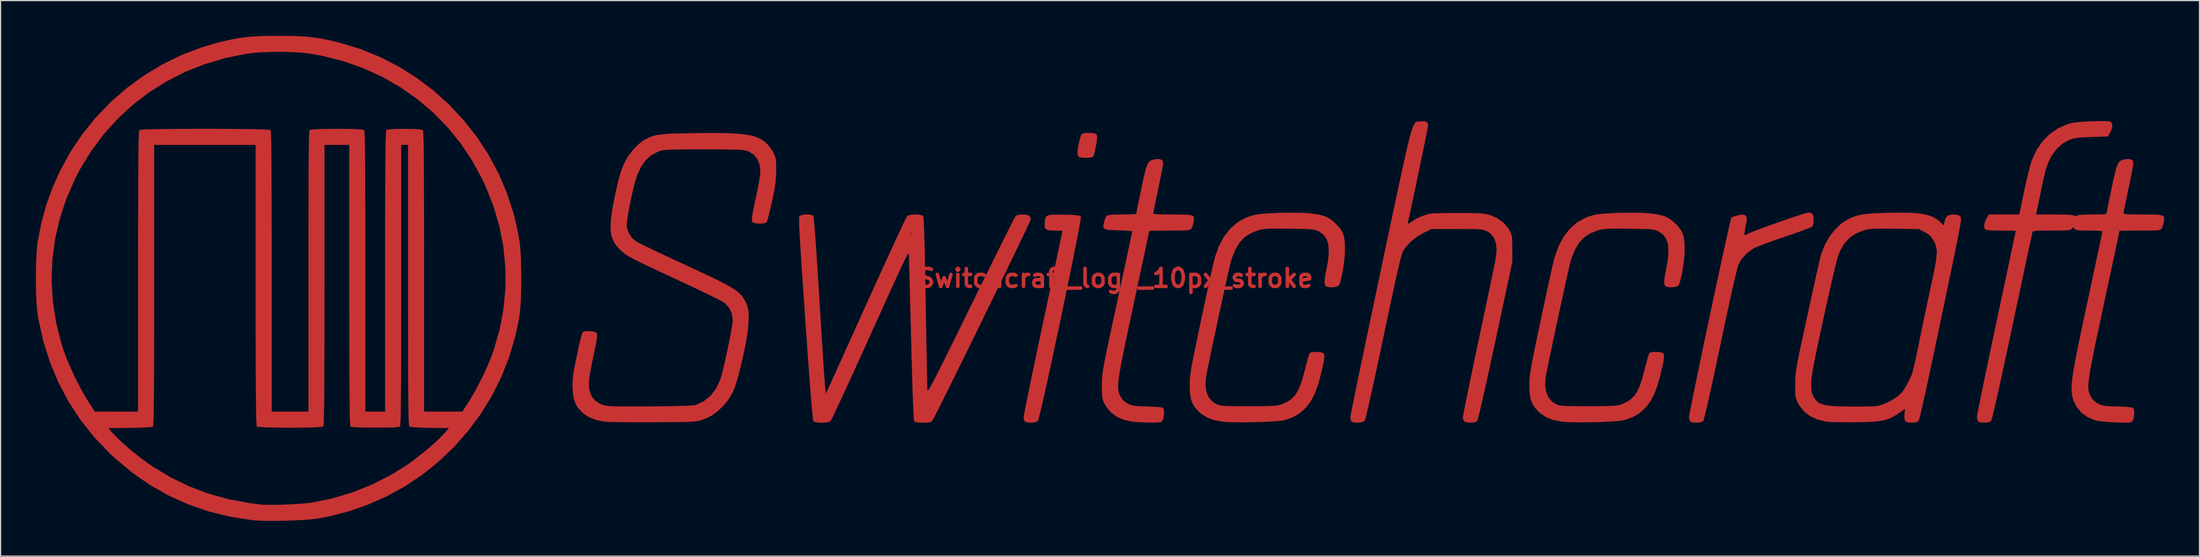
<source format=kicad_pcb>
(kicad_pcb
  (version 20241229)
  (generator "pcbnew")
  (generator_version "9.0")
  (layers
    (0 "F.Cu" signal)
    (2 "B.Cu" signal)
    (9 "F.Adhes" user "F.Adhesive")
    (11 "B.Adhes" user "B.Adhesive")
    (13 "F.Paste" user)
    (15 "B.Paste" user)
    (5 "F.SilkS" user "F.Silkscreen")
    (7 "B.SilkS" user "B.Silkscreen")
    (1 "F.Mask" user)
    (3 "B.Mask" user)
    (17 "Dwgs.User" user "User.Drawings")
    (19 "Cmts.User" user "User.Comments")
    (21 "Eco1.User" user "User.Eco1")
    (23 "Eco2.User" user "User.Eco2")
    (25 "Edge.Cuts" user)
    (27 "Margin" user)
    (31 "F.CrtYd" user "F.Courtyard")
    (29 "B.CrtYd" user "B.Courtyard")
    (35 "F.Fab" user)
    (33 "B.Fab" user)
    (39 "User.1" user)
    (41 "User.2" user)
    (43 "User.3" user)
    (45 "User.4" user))
  (footprint "Switchcraft_logo_10px_stroke"
    (layer "F.Cu")
    (at 91.751 20.617)
    (property "Reference" "Switchcraft_logo_10px_stroke" (at 0 0 0) (layer "F.Cu") (effects (font (size 1.524 1.524) (thickness 0.3))))
    (attr through_hole)
    (fp_poly (pts (xy -1.921 -12.352) (xy -1.707 -12.306) (xy -1.588 -12.199) (xy -1.549 -12.002) (xy -1.576 -11.691) (xy -1.647 -11.277) (xy -1.721 -10.915) (xy -1.794 -10.611) (xy -1.856 -10.407) (xy -1.884 -10.351) (xy -2.016 -10.29) (xy -2.257 -10.255) (xy -2.548 -10.246) (xy -2.83 -10.263) (xy -3.044 -10.307) (xy -3.116 -10.346) (xy -3.192 -10.503) (xy -3.217 -10.679) (xy -3.198 -10.913) (xy -3.148 -11.226) (xy -3.077 -11.567) (xy -2.998 -11.886) (xy -2.922 -12.132) (xy -2.866 -12.249) (xy -2.715 -12.32) (xy -2.421 -12.357) (xy -2.244 -12.361) (xy -1.921 -12.352)) (stroke (width 0.01) (type solid)) (fill yes) (layer "F.Cu"))
    (fp_poly (pts (xy -4.625 -5.404) (xy -4.379 -5.4) (xy -3.86 -5.388) (xy -3.486 -5.374) (xy -3.231 -5.353) (xy -3.069 -5.322) (xy -2.977 -5.28) (xy -2.934 -5.234) (xy -2.938 -5.131) (xy -2.975 -4.877) (xy -3.043 -4.484) (xy -3.139 -3.966) (xy -3.26 -3.335) (xy -3.403 -2.607) (xy -3.565 -1.793) (xy -3.744 -0.908) (xy -3.937 0.036) (xy -4.141 1.024) (xy -4.353 2.044) (xy -4.57 3.082) (xy -4.789 4.125) (xy -5.009 5.159) (xy -5.225 6.171) (xy -5.435 7.147) (xy -5.636 8.075) (xy -5.826 8.94) (xy -6.001 9.729) (xy -6.16 10.43) (xy -6.298 11.028) (xy -6.413 11.511) (xy -6.502 11.864) (xy -6.563 12.074) (xy -6.587 12.129) (xy -6.752 12.219) (xy -7.014 12.27) (xy -7.305 12.278) (xy -7.557 12.241) (xy -7.688 12.175) (xy -7.76 12.023) (xy -7.789 11.808) (xy -7.772 11.688) (xy -7.722 11.414) (xy -7.641 10.999) (xy -7.532 10.454) (xy -7.397 9.792) (xy -7.24 9.024) (xy -7.061 8.162) (xy -6.865 7.218) (xy -6.652 6.204) (xy -6.426 5.133) (xy -6.19 4.015) (xy -6.138 3.773) (xy -5.9 2.653) (xy -5.673 1.581) (xy -5.458 0.569) (xy -5.258 -0.374) (xy -5.076 -1.234) (xy -4.914 -2) (xy -4.774 -2.661) (xy -4.659 -3.206) (xy -4.572 -3.622) (xy -4.514 -3.898) (xy -4.488 -4.024) (xy -4.487 -4.03) (xy -4.565 -4.046) (xy -4.772 -4.058) (xy -5.068 -4.064) (xy -5.154 -4.064) (xy -5.553 -4.076) (xy -5.81 -4.126) (xy -5.952 -4.235) (xy -6.004 -4.426) (xy -5.994 -4.718) (xy -5.992 -4.739) (xy -5.965 -4.981) (xy -5.922 -5.158) (xy -5.838 -5.28) (xy -5.691 -5.355) (xy -5.455 -5.394) (xy -5.108 -5.407) (xy -4.625 -5.404)) (stroke (width 0.01) (type solid)) (fill yes) (layer "F.Cu"))
    (fp_poly (pts (xy 59.152 -5.547) (xy 59.285 -5.409) (xy 59.344 -5.146) (xy 59.351 -4.949) (xy 59.326 -4.626) (xy 59.245 -4.43) (xy 59.203 -4.386) (xy 59.086 -4.326) (xy 58.83 -4.222) (xy 58.459 -4.082) (xy 57.994 -3.914) (xy 57.457 -3.726) (xy 56.873 -3.527) (xy 56.854 -3.52) (xy 56.249 -3.314) (xy 55.677 -3.111) (xy 55.161 -2.922) (xy 54.73 -2.757) (xy 54.408 -2.625) (xy 54.229 -2.539) (xy 53.65 -2.118) (xy 53.201 -1.599) (xy 52.971 -1.185) (xy 52.907 -0.994) (xy 52.811 -0.638) (xy 52.683 -0.117) (xy 52.525 0.565) (xy 52.335 1.409) (xy 52.116 2.413) (xy 51.865 3.576) (xy 51.585 4.896) (xy 51.431 5.63) (xy 51.186 6.792) (xy 50.957 7.863) (xy 50.747 8.835) (xy 50.557 9.7) (xy 50.39 10.447) (xy 50.248 11.069) (xy 50.132 11.557) (xy 50.044 11.901) (xy 49.987 12.092) (xy 49.97 12.129) (xy 49.805 12.219) (xy 49.543 12.27) (xy 49.252 12.278) (xy 49 12.241) (xy 48.87 12.175) (xy 48.796 12.022) (xy 48.767 11.815) (xy 48.784 11.687) (xy 48.834 11.41) (xy 48.913 10.997) (xy 49.02 10.461) (xy 49.15 9.816) (xy 49.301 9.076) (xy 49.47 8.254) (xy 49.655 7.364) (xy 49.852 6.419) (xy 50.059 5.432) (xy 50.273 4.418) (xy 50.49 3.39) (xy 50.709 2.361) (xy 50.925 1.344) (xy 51.137 0.355) (xy 51.341 -0.595) (xy 51.535 -1.492) (xy 51.715 -2.321) (xy 51.88 -3.07) (xy 52.025 -3.725) (xy 52.148 -4.272) (xy 52.246 -4.698) (xy 52.317 -4.989) (xy 52.357 -5.132) (xy 52.362 -5.144) (xy 52.494 -5.219) (xy 52.733 -5.301) (xy 52.942 -5.352) (xy 53.225 -5.405) (xy 53.396 -5.41) (xy 53.508 -5.364) (xy 53.569 -5.31) (xy 53.636 -5.23) (xy 53.667 -5.132) (xy 53.664 -4.978) (xy 53.626 -4.727) (xy 53.57 -4.43) (xy 53.511 -4.099) (xy 53.471 -3.837) (xy 53.457 -3.684) (xy 53.461 -3.661) (xy 53.548 -3.677) (xy 53.733 -3.755) (xy 53.861 -3.817) (xy 54.064 -3.908) (xy 54.389 -4.038) (xy 54.812 -4.199) (xy 55.307 -4.381) (xy 55.85 -4.577) (xy 56.416 -4.777) (xy 56.98 -4.973) (xy 57.517 -5.156) (xy 58.003 -5.317) (xy 58.412 -5.449) (xy 58.719 -5.541) (xy 58.901 -5.585) (xy 58.928 -5.588) (xy 59.152 -5.547)) (stroke (width 0.01) (type solid)) (fill yes) (layer "F.Cu"))
    (fp_poly (pts (xy 3.976 -10.039) (xy 4.061 -9.839) (xy 4.064 -9.781) (xy 4.047 -9.647) (xy 3.998 -9.373) (xy 3.924 -8.985) (xy 3.828 -8.508) (xy 3.716 -7.969) (xy 3.641 -7.612) (xy 3.522 -7.051) (xy 3.416 -6.544) (xy 3.328 -6.113) (xy 3.262 -5.783) (xy 3.225 -5.579) (xy 3.217 -5.525) (xy 3.257 -5.487) (xy 3.386 -5.458) (xy 3.622 -5.438) (xy 3.983 -5.425) (xy 4.486 -5.42) (xy 4.858 -5.419) (xy 5.47 -5.417) (xy 5.932 -5.409) (xy 6.264 -5.386) (xy 6.485 -5.342) (xy 6.616 -5.271) (xy 6.674 -5.166) (xy 6.682 -5.021) (xy 6.656 -4.827) (xy 6.653 -4.804) (xy 6.587 -4.529) (xy 6.494 -4.295) (xy 6.471 -4.255) (xy 6.424 -4.19) (xy 6.363 -4.143) (xy 6.265 -4.109) (xy 6.106 -4.086) (xy 5.864 -4.073) (xy 5.516 -4.066) (xy 5.037 -4.064) (xy 4.612 -4.064) (xy 4.091 -4.062) (xy 3.633 -4.058) (xy 3.262 -4.051) (xy 3.004 -4.042) (xy 2.884 -4.032) (xy 2.879 -4.029) (xy 2.861 -3.942) (xy 2.811 -3.703) (xy 2.731 -3.325) (xy 2.624 -2.819) (xy 2.492 -2.2) (xy 2.339 -1.48) (xy 2.166 -0.671) (xy 1.977 0.212) (xy 1.775 1.157) (xy 1.562 2.151) (xy 1.558 2.173) (xy 1.29 3.423) (xy 1.057 4.52) (xy 0.856 5.474) (xy 0.687 6.296) (xy 0.547 7) (xy 0.434 7.595) (xy 0.348 8.093) (xy 0.286 8.507) (xy 0.247 8.847) (xy 0.23 9.124) (xy 0.231 9.351) (xy 0.251 9.539) (xy 0.287 9.699) (xy 0.337 9.842) (xy 0.401 9.981) (xy 0.432 10.043) (xy 0.63 10.349) (xy 0.885 10.566) (xy 1.059 10.665) (xy 1.239 10.75) (xy 1.414 10.811) (xy 1.621 10.852) (xy 1.894 10.879) (xy 2.27 10.897) (xy 2.707 10.909) (xy 3.209 10.927) (xy 3.616 10.955) (xy 3.903 10.989) (xy 4.047 11.029) (xy 4.052 11.032) (xy 4.115 11.174) (xy 4.136 11.417) (xy 4.119 11.701) (xy 4.067 11.963) (xy 3.985 12.143) (xy 3.984 12.145) (xy 3.901 12.204) (xy 3.754 12.243) (xy 3.512 12.262) (xy 3.144 12.267) (xy 2.932 12.266) (xy 2.475 12.254) (xy 2.01 12.233) (xy 1.607 12.206) (xy 1.42 12.188) (xy 0.706 12.034) (xy 0.085 11.753) (xy -0.428 11.354) (xy -0.82 10.846) (xy -0.907 10.683) (xy -1.004 10.474) (xy -1.07 10.29) (xy -1.111 10.09) (xy -1.131 9.834) (xy -1.138 9.481) (xy -1.138 9.102) (xy -1.136 8.889) (xy -1.132 8.693) (xy -1.123 8.499) (xy -1.106 8.295) (xy -1.08 8.066) (xy -1.041 7.8) (xy -0.987 7.483) (xy -0.916 7.101) (xy -0.826 6.642) (xy -0.713 6.092) (xy -0.576 5.438) (xy -0.412 4.666) (xy -0.218 3.763) (xy 0.007 2.716) (xy 0.154 2.039) (xy 0.364 1.059) (xy 0.565 0.129) (xy 0.751 -0.741) (xy 0.921 -1.535) (xy 1.072 -2.242) (xy 1.201 -2.847) (xy 1.305 -3.338) (xy 1.381 -3.701) (xy 1.427 -3.923) (xy 1.439 -3.992) (xy 1.36 -4.018) (xy 1.142 -4.043) (xy 0.815 -4.064) (xy 0.412 -4.08) (xy 0.284 -4.083) (xy -0.232 -4.097) (xy -0.6 -4.123) (xy -0.84 -4.174) (xy -0.973 -4.26) (xy -1.018 -4.395) (xy -0.997 -4.589) (xy -0.945 -4.798) (xy -0.864 -5.058) (xy -0.78 -5.256) (xy -0.747 -5.31) (xy -0.654 -5.357) (xy -0.453 -5.389) (xy -0.126 -5.409) (xy 0.345 -5.418) (xy 0.561 -5.419) (xy 0.993 -5.423) (xy 1.357 -5.433) (xy 1.625 -5.449) (xy 1.764 -5.469) (xy 1.778 -5.478) (xy 1.795 -5.574) (xy 1.842 -5.813) (xy 1.914 -6.171) (xy 2.007 -6.626) (xy 2.116 -7.155) (xy 2.213 -7.616) (xy 2.359 -8.31) (xy 2.482 -8.857) (xy 2.589 -9.274) (xy 2.69 -9.582) (xy 2.795 -9.798) (xy 2.911 -9.942) (xy 3.048 -10.031) (xy 3.216 -10.084) (xy 3.422 -10.121) (xy 3.428 -10.122) (xy 3.767 -10.132) (xy 3.976 -10.039)) (stroke (width 0.01) (type solid)) (fill yes) (layer "F.Cu"))
    (fp_poly (pts (xy 26.503 -13.253) (xy 26.584 -13.052) (xy 26.585 -13.016) (xy 26.568 -12.908) (xy 26.52 -12.655) (xy 26.444 -12.273) (xy 26.345 -11.782) (xy 26.226 -11.201) (xy 26.092 -10.549) (xy 25.946 -9.844) (xy 25.792 -9.105) (xy 25.634 -8.352) (xy 25.477 -7.603) (xy 25.323 -6.877) (xy 25.177 -6.192) (xy 25.043 -5.568) (xy 24.925 -5.024) (xy 24.895 -4.89) (xy 24.86 -4.723) (xy 24.864 -4.641) (xy 24.932 -4.647) (xy 25.092 -4.742) (xy 25.358 -4.921) (xy 25.625 -5.073) (xy 25.969 -5.235) (xy 26.247 -5.345) (xy 26.422 -5.405) (xy 26.588 -5.451) (xy 26.77 -5.485) (xy 26.992 -5.51) (xy 27.278 -5.526) (xy 27.651 -5.536) (xy 28.137 -5.541) (xy 28.758 -5.543) (xy 29.041 -5.544) (xy 29.725 -5.543) (xy 30.265 -5.54) (xy 30.685 -5.533) (xy 31.009 -5.519) (xy 31.263 -5.497) (xy 31.471 -5.466) (xy 31.657 -5.424) (xy 31.847 -5.369) (xy 31.888 -5.356) (xy 32.486 -5.091) (xy 33.001 -4.709) (xy 33.403 -4.238) (xy 33.538 -4.001) (xy 33.622 -3.816) (xy 33.679 -3.633) (xy 33.713 -3.413) (xy 33.731 -3.118) (xy 33.737 -2.709) (xy 33.738 -2.498) (xy 33.738 -1.397) (xy 32.309 5.292) (xy 32.055 6.471) (xy 31.818 7.565) (xy 31.599 8.564) (xy 31.4 9.458) (xy 31.224 10.239) (xy 31.071 10.898) (xy 30.946 11.426) (xy 30.848 11.813) (xy 30.782 12.051) (xy 30.751 12.129) (xy 30.588 12.231) (xy 30.31 12.274) (xy 30.187 12.277) (xy 29.853 12.251) (xy 29.655 12.161) (xy 29.564 11.986) (xy 29.549 11.811) (xy 29.566 11.687) (xy 29.616 11.412) (xy 29.696 10.997) (xy 29.804 10.457) (xy 29.936 9.805) (xy 30.09 9.055) (xy 30.263 8.218) (xy 30.453 7.31) (xy 30.656 6.344) (xy 30.87 5.332) (xy 30.898 5.202) (xy 31.116 4.176) (xy 31.326 3.185) (xy 31.524 2.246) (xy 31.708 1.371) (xy 31.875 0.575) (xy 32.022 -0.127) (xy 32.145 -0.722) (xy 32.243 -1.195) (xy 32.311 -1.532) (xy 32.347 -1.718) (xy 32.348 -1.725) (xy 32.413 -2.41) (xy 32.355 -2.989) (xy 32.175 -3.46) (xy 31.876 -3.817) (xy 31.605 -3.992) (xy 31.475 -4.053) (xy 31.348 -4.1) (xy 31.203 -4.135) (xy 31.014 -4.159) (xy 30.759 -4.176) (xy 30.416 -4.185) (xy 29.96 -4.19) (xy 29.368 -4.191) (xy 29.041 -4.191) (xy 26.882 -4.191) (xy 26.224 -3.877) (xy 25.626 -3.531) (xy 25.093 -3.107) (xy 24.664 -2.639) (xy 24.45 -2.308) (xy 24.401 -2.196) (xy 24.342 -2.014) (xy 24.268 -1.755) (xy 24.179 -1.408) (xy 24.072 -0.964) (xy 23.946 -0.415) (xy 23.797 0.249) (xy 23.624 1.037) (xy 23.426 1.958) (xy 23.199 3.021) (xy 22.941 4.235) (xy 22.772 5.038) (xy 22.515 6.254) (xy 22.275 7.38) (xy 22.053 8.408) (xy 21.852 9.328) (xy 21.673 10.134) (xy 21.519 10.815) (xy 21.39 11.363) (xy 21.29 11.771) (xy 21.22 12.029) (xy 21.183 12.129) (xy 21.018 12.219) (xy 20.756 12.27) (xy 20.466 12.278) (xy 20.213 12.241) (xy 20.083 12.175) (xy 20.009 12.022) (xy 19.981 11.815) (xy 19.998 11.704) (xy 20.048 11.436) (xy 20.13 11.021) (xy 20.241 10.469) (xy 20.38 9.789) (xy 20.544 8.99) (xy 20.732 8.082) (xy 20.942 7.074) (xy 21.171 5.975) (xy 21.417 4.795) (xy 21.68 3.543) (xy 21.957 2.229) (xy 22.245 0.861) (xy 22.543 -0.55) (xy 22.57 -0.677) (xy 22.928 -2.366) (xy 23.251 -3.897) (xy 23.544 -5.278) (xy 23.806 -6.517) (xy 24.041 -7.621) (xy 24.251 -8.599) (xy 24.438 -9.458) (xy 24.603 -10.205) (xy 24.749 -10.849) (xy 24.878 -11.397) (xy 24.992 -11.857) (xy 25.093 -12.237) (xy 25.183 -12.544) (xy 25.265 -12.787) (xy 25.339 -12.973) (xy 25.409 -13.109) (xy 25.477 -13.204) (xy 25.544 -13.266) (xy 25.612 -13.301) (xy 25.684 -13.318) (xy 25.762 -13.325) (xy 25.847 -13.329) (xy 25.942 -13.338) (xy 25.95 -13.339) (xy 26.292 -13.349) (xy 26.503 -13.253)) (stroke (width 0.01) (type solid)) (fill yes) (layer "F.Cu"))
    (fp_poly (pts (xy 15.681 -5.565) (xy 16.217 -5.541) (xy 16.511 -5.517) (xy 17.112 -5.441) (xy 17.584 -5.342) (xy 17.966 -5.204) (xy 18.298 -5.012) (xy 18.62 -4.748) (xy 18.759 -4.614) (xy 19.056 -4.292) (xy 19.266 -3.98) (xy 19.403 -3.64) (xy 19.48 -3.232) (xy 19.511 -2.715) (xy 19.514 -2.413) (xy 19.497 -1.991) (xy 19.453 -1.511) (xy 19.386 -1.007) (xy 19.305 -0.515) (xy 19.213 -0.07) (xy 19.119 0.294) (xy 19.027 0.543) (xy 18.983 0.614) (xy 18.817 0.704) (xy 18.555 0.755) (xy 18.264 0.763) (xy 18.012 0.726) (xy 17.882 0.66) (xy 17.811 0.531) (xy 17.787 0.318) (xy 17.811 -0.000073) (xy 17.885 -0.445) (xy 17.959 -0.812) (xy 18.103 -1.632) (xy 18.152 -2.32) (xy 18.104 -2.886) (xy 17.958 -3.34) (xy 17.711 -3.693) (xy 17.362 -3.954) (xy 17.317 -3.978) (xy 17.182 -4.044) (xy 17.052 -4.095) (xy 16.906 -4.133) (xy 16.718 -4.161) (xy 16.466 -4.181) (xy 16.125 -4.195) (xy 15.672 -4.205) (xy 15.083 -4.214) (xy 14.789 -4.218) (xy 14.124 -4.225) (xy 13.602 -4.227) (xy 13.199 -4.223) (xy 12.888 -4.211) (xy 12.644 -4.189) (xy 12.442 -4.157) (xy 12.256 -4.113) (xy 12.115 -4.072) (xy 11.5 -3.829) (xy 10.988 -3.495) (xy 10.566 -3.054) (xy 10.217 -2.488) (xy 9.928 -1.782) (xy 9.832 -1.48) (xy 9.78 -1.281) (xy 9.698 -0.937) (xy 9.59 -0.466) (xy 9.46 0.112) (xy 9.312 0.777) (xy 9.151 1.511) (xy 8.981 2.292) (xy 8.806 3.103) (xy 8.63 3.922) (xy 8.457 4.731) (xy 8.292 5.51) (xy 8.139 6.24) (xy 8.002 6.9) (xy 7.885 7.472) (xy 7.793 7.935) (xy 7.729 8.27) (xy 7.705 8.411) (xy 7.657 9.08) (xy 7.735 9.658) (xy 7.935 10.135) (xy 8.253 10.501) (xy 8.532 10.681) (xy 8.653 10.739) (xy 8.772 10.784) (xy 8.909 10.818) (xy 9.085 10.843) (xy 9.323 10.861) (xy 9.644 10.871) (xy 10.068 10.877) (xy 10.619 10.879) (xy 11.316 10.88) (xy 11.345 10.88) (xy 12.05 10.879) (xy 12.608 10.877) (xy 13.041 10.871) (xy 13.371 10.86) (xy 13.622 10.842) (xy 13.814 10.816) (xy 13.97 10.781) (xy 14.114 10.734) (xy 14.256 10.679) (xy 14.653 10.491) (xy 14.985 10.262) (xy 15.264 9.971) (xy 15.504 9.598) (xy 15.718 9.122) (xy 15.919 8.522) (xy 16.12 7.776) (xy 16.146 7.672) (xy 16.256 7.239) (xy 16.36 6.86) (xy 16.449 6.569) (xy 16.512 6.399) (xy 16.527 6.372) (xy 16.673 6.302) (xy 16.921 6.267) (xy 17.211 6.267) (xy 17.48 6.301) (xy 17.665 6.366) (xy 17.696 6.393) (xy 17.743 6.48) (xy 17.762 6.612) (xy 17.75 6.81) (xy 17.704 7.096) (xy 17.621 7.492) (xy 17.499 8.02) (xy 17.432 8.297) (xy 17.197 9.141) (xy 16.933 9.84) (xy 16.63 10.419) (xy 16.276 10.901) (xy 16.095 11.094) (xy 15.656 11.479) (xy 15.193 11.763) (xy 14.648 11.98) (xy 14.351 12.067) (xy 14.098 12.111) (xy 13.706 12.15) (xy 13.206 12.184) (xy 12.628 12.212) (xy 12.003 12.232) (xy 11.36 12.245) (xy 10.731 12.25) (xy 10.146 12.245) (xy 9.635 12.23) (xy 9.23 12.205) (xy 9.093 12.191) (xy 8.381 12.054) (xy 7.794 11.835) (xy 7.3 11.521) (xy 7.064 11.308) (xy 6.767 10.972) (xy 6.556 10.626) (xy 6.42 10.235) (xy 6.347 9.76) (xy 6.324 9.165) (xy 6.325 9.017) (xy 6.329 8.803) (xy 6.34 8.588) (xy 6.36 8.358) (xy 6.392 8.095) (xy 6.439 7.785) (xy 6.503 7.413) (xy 6.588 6.962) (xy 6.696 6.416) (xy 6.829 5.762) (xy 6.991 4.982) (xy 7.184 4.062) (xy 7.316 3.437) (xy 7.504 2.553) (xy 7.686 1.703) (xy 7.859 0.904) (xy 8.018 0.173) (xy 8.161 -0.473) (xy 8.283 -1.015) (xy 8.38 -1.436) (xy 8.449 -1.719) (xy 8.474 -1.812) (xy 8.82 -2.757) (xy 9.261 -3.567) (xy 9.795 -4.241) (xy 10.421 -4.775) (xy 11.135 -5.166) (xy 11.777 -5.377) (xy 12.106 -5.435) (xy 12.57 -5.483) (xy 13.133 -5.523) (xy 13.761 -5.552) (xy 14.418 -5.569) (xy 15.07 -5.574) (xy 15.681 -5.565)) (stroke (width 0.01) (type solid)) (fill yes) (layer "F.Cu"))
    (fp_poly (pts (xy 44.552 -5.565) (xy 45.088 -5.541) (xy 45.382 -5.517) (xy 45.983 -5.441) (xy 46.455 -5.342) (xy 46.837 -5.204) (xy 47.169 -5.012) (xy 47.491 -4.748) (xy 47.63 -4.614) (xy 47.927 -4.292) (xy 48.138 -3.98) (xy 48.274 -3.64) (xy 48.351 -3.232) (xy 48.383 -2.715) (xy 48.385 -2.413) (xy 48.368 -1.991) (xy 48.324 -1.511) (xy 48.258 -1.007) (xy 48.176 -0.515) (xy 48.085 -0.07) (xy 47.99 0.294) (xy 47.898 0.543) (xy 47.854 0.614) (xy 47.689 0.704) (xy 47.427 0.755) (xy 47.136 0.763) (xy 46.883 0.726) (xy 46.753 0.66) (xy 46.682 0.531) (xy 46.658 0.318) (xy 46.682 -0.000073) (xy 46.756 -0.445) (xy 46.831 -0.812) (xy 46.974 -1.632) (xy 47.023 -2.32) (xy 46.976 -2.886) (xy 46.83 -3.34) (xy 46.583 -3.693) (xy 46.233 -3.954) (xy 46.188 -3.978) (xy 46.053 -4.044) (xy 45.924 -4.095) (xy 45.777 -4.133) (xy 45.589 -4.161) (xy 45.337 -4.181) (xy 44.996 -4.195) (xy 44.543 -4.205) (xy 43.955 -4.214) (xy 43.66 -4.218) (xy 42.995 -4.225) (xy 42.473 -4.227) (xy 42.07 -4.223) (xy 41.759 -4.211) (xy 41.515 -4.189) (xy 41.313 -4.157) (xy 41.127 -4.113) (xy 40.986 -4.072) (xy 40.371 -3.829) (xy 39.86 -3.495) (xy 39.437 -3.054) (xy 39.089 -2.488) (xy 38.799 -1.782) (xy 38.703 -1.48) (xy 38.651 -1.281) (xy 38.569 -0.937) (xy 38.461 -0.466) (xy 38.331 0.112) (xy 38.184 0.777) (xy 38.023 1.511) (xy 37.853 2.292) (xy 37.677 3.103) (xy 37.501 3.922) (xy 37.329 4.731) (xy 37.164 5.51) (xy 37.01 6.24) (xy 36.873 6.9) (xy 36.756 7.472) (xy 36.664 7.935) (xy 36.6 8.27) (xy 36.576 8.411) (xy 36.529 9.08) (xy 36.607 9.658) (xy 36.807 10.135) (xy 37.124 10.501) (xy 37.403 10.681) (xy 37.525 10.739) (xy 37.643 10.784) (xy 37.78 10.818) (xy 37.956 10.843) (xy 38.194 10.861) (xy 38.515 10.871) (xy 38.94 10.877) (xy 39.49 10.879) (xy 40.188 10.88) (xy 40.217 10.88) (xy 40.921 10.879) (xy 41.479 10.877) (xy 41.912 10.871) (xy 42.243 10.86) (xy 42.493 10.842) (xy 42.685 10.816) (xy 42.842 10.781) (xy 42.985 10.734) (xy 43.128 10.679) (xy 43.525 10.491) (xy 43.856 10.262) (xy 44.136 9.971) (xy 44.376 9.598) (xy 44.589 9.122) (xy 44.79 8.522) (xy 44.991 7.776) (xy 45.017 7.672) (xy 45.127 7.239) (xy 45.232 6.86) (xy 45.32 6.569) (xy 45.383 6.399) (xy 45.398 6.372) (xy 45.544 6.302) (xy 45.793 6.267) (xy 46.083 6.267) (xy 46.351 6.301) (xy 46.537 6.366) (xy 46.567 6.393) (xy 46.614 6.48) (xy 46.633 6.612) (xy 46.621 6.81) (xy 46.576 7.096) (xy 46.493 7.492) (xy 46.37 8.02) (xy 46.303 8.297) (xy 46.068 9.141) (xy 45.805 9.84) (xy 45.502 10.419) (xy 45.147 10.901) (xy 44.967 11.094) (xy 44.527 11.479) (xy 44.064 11.763) (xy 43.52 11.98) (xy 43.222 12.067) (xy 42.969 12.111) (xy 42.578 12.15) (xy 42.077 12.184) (xy 41.499 12.212) (xy 40.874 12.232) (xy 40.231 12.245) (xy 39.602 12.25) (xy 39.017 12.245) (xy 38.507 12.23) (xy 38.101 12.205) (xy 37.964 12.191) (xy 37.253 12.054) (xy 36.665 11.835) (xy 36.171 11.521) (xy 35.935 11.308) (xy 35.638 10.972) (xy 35.428 10.626) (xy 35.292 10.235) (xy 35.218 9.76) (xy 35.196 9.165) (xy 35.196 9.017) (xy 35.201 8.803) (xy 35.212 8.588) (xy 35.232 8.358) (xy 35.264 8.095) (xy 35.311 7.785) (xy 35.375 7.413) (xy 35.459 6.962) (xy 35.567 6.416) (xy 35.7 5.762) (xy 35.862 4.982) (xy 36.056 4.062) (xy 36.187 3.437) (xy 36.375 2.553) (xy 36.557 1.703) (xy 36.73 0.904) (xy 36.89 0.173) (xy 37.032 -0.473) (xy 37.154 -1.015) (xy 37.252 -1.436) (xy 37.32 -1.719) (xy 37.346 -1.812) (xy 37.691 -2.757) (xy 38.132 -3.567) (xy 38.667 -4.241) (xy 39.292 -4.775) (xy 40.006 -5.166) (xy 40.648 -5.377) (xy 40.978 -5.435) (xy 41.442 -5.483) (xy 42.005 -5.523) (xy 42.632 -5.552) (xy 43.29 -5.569) (xy 43.941 -5.574) (xy 44.552 -5.565)) (stroke (width 0.01) (type solid)) (fill yes) (layer "F.Cu"))
    (fp_poly (pts (xy 67.437 -5.567) (xy 68.099 -5.529) (xy 68.647 -5.46) (xy 69.101 -5.357) (xy 69.478 -5.216) (xy 69.797 -5.035) (xy 70.076 -4.809) (xy 70.114 -4.773) (xy 70.421 -4.474) (xy 70.481 -4.798) (xy 70.578 -5.126) (xy 70.743 -5.319) (xy 71.009 -5.406) (xy 71.243 -5.419) (xy 71.578 -5.393) (xy 71.776 -5.303) (xy 71.868 -5.128) (xy 71.882 -4.957) (xy 71.865 -4.823) (xy 71.817 -4.541) (xy 71.74 -4.129) (xy 71.639 -3.605) (xy 71.516 -2.985) (xy 71.376 -2.289) (xy 71.222 -1.534) (xy 71.079 -0.847) (xy 70.71 0.921) (xy 70.374 2.53) (xy 70.068 3.986) (xy 69.793 5.297) (xy 69.546 6.468) (xy 69.325 7.507) (xy 69.13 8.421) (xy 68.959 9.216) (xy 68.81 9.899) (xy 68.682 10.477) (xy 68.573 10.956) (xy 68.483 11.343) (xy 68.409 11.644) (xy 68.35 11.868) (xy 68.305 12.019) (xy 68.272 12.106) (xy 68.258 12.129) (xy 68.099 12.23) (xy 67.827 12.273) (xy 67.688 12.277) (xy 67.359 12.253) (xy 67.163 12.163) (xy 67.075 11.978) (xy 67.07 11.668) (xy 67.08 11.561) (xy 67.127 11.102) (xy 66.583 11.474) (xy 66.251 11.69) (xy 65.938 11.86) (xy 65.619 11.99) (xy 65.265 12.086) (xy 64.85 12.153) (xy 64.347 12.197) (xy 63.729 12.224) (xy 62.969 12.239) (xy 62.95 12.239) (xy 62.351 12.244) (xy 61.772 12.24) (xy 61.247 12.231) (xy 60.81 12.215) (xy 60.495 12.194) (xy 60.414 12.185) (xy 59.679 12.013) (xy 59.044 11.715) (xy 58.519 11.3) (xy 58.115 10.773) (xy 58.02 10.597) (xy 57.923 10.389) (xy 57.857 10.205) (xy 57.817 10.005) (xy 57.797 9.749) (xy 57.79 9.397) (xy 57.791 9.017) (xy 57.792 8.932) (xy 59.147 8.932) (xy 59.151 9.335) (xy 59.177 9.62) (xy 59.234 9.841) (xy 59.325 10.041) (xy 59.47 10.279) (xy 59.634 10.47) (xy 59.839 10.619) (xy 60.102 10.731) (xy 60.444 10.812) (xy 60.884 10.865) (xy 61.442 10.897) (xy 62.136 10.913) (xy 62.677 10.916) (xy 63.327 10.917) (xy 63.833 10.914) (xy 64.222 10.904) (xy 64.52 10.888) (xy 64.752 10.862) (xy 64.944 10.825) (xy 65.122 10.776) (xy 65.213 10.746) (xy 65.666 10.557) (xy 66.125 10.305) (xy 66.53 10.026) (xy 66.777 9.804) (xy 67.009 9.507) (xy 67.258 9.107) (xy 67.493 8.661) (xy 67.682 8.229) (xy 67.729 8.096) (xy 67.796 7.861) (xy 67.886 7.492) (xy 67.995 7.021) (xy 68.113 6.478) (xy 68.233 5.898) (xy 68.287 5.63) (xy 68.407 5.033) (xy 68.555 4.312) (xy 68.722 3.51) (xy 68.899 2.671) (xy 69.076 1.835) (xy 69.246 1.046) (xy 69.271 0.931) (xy 69.452 0.09) (xy 69.596 -0.604) (xy 69.704 -1.173) (xy 69.777 -1.633) (xy 69.817 -2.004) (xy 69.825 -2.306) (xy 69.801 -2.557) (xy 69.747 -2.777) (xy 69.665 -2.984) (xy 69.555 -3.197) (xy 69.531 -3.239) (xy 69.343 -3.528) (xy 69.127 -3.735) (xy 68.819 -3.921) (xy 68.789 -3.937) (xy 68.296 -4.191) (xy 66.224 -4.216) (xy 65.563 -4.223) (xy 65.046 -4.225) (xy 64.646 -4.22) (xy 64.338 -4.207) (xy 64.096 -4.185) (xy 63.895 -4.151) (xy 63.708 -4.106) (xy 63.592 -4.072) (xy 62.939 -3.809) (xy 62.401 -3.444) (xy 61.963 -2.962) (xy 61.607 -2.345) (xy 61.427 -1.905) (xy 61.369 -1.712) (xy 61.28 -1.371) (xy 61.164 -0.899) (xy 61.025 -0.312) (xy 60.866 0.371) (xy 60.692 1.134) (xy 60.507 1.959) (xy 60.314 2.83) (xy 60.184 3.429) (xy 59.958 4.474) (xy 59.766 5.368) (xy 59.606 6.126) (xy 59.475 6.761) (xy 59.371 7.289) (xy 59.29 7.724) (xy 59.23 8.079) (xy 59.189 8.37) (xy 59.163 8.61) (xy 59.15 8.815) (xy 59.147 8.932) (xy 57.792 8.932) (xy 57.793 8.78) (xy 57.799 8.562) (xy 57.81 8.348) (xy 57.83 8.123) (xy 57.862 7.871) (xy 57.908 7.575) (xy 57.972 7.221) (xy 58.055 6.793) (xy 58.16 6.275) (xy 58.292 5.652) (xy 58.451 4.908) (xy 58.641 4.027) (xy 58.826 3.175) (xy 59.019 2.289) (xy 59.205 1.44) (xy 59.38 0.646) (xy 59.541 -0.078) (xy 59.684 -0.714) (xy 59.805 -1.246) (xy 59.9 -1.657) (xy 59.966 -1.931) (xy 59.993 -2.032) (xy 60.289 -2.802) (xy 60.692 -3.517) (xy 61.179 -4.146) (xy 61.729 -4.661) (xy 62.215 -4.98) (xy 62.536 -5.139) (xy 62.855 -5.265) (xy 63.199 -5.362) (xy 63.594 -5.434) (xy 64.067 -5.488) (xy 64.644 -5.526) (xy 65.353 -5.553) (xy 65.702 -5.563) (xy 66.644 -5.577) (xy 67.437 -5.567)) (stroke (width 0.01) (type solid)) (fill yes) (layer "F.Cu"))
    (fp_poly (pts (xy -16.649 -5.401) (xy -16.425 -5.349) (xy -16.346 -5.298) (xy -16.326 -5.224) (xy -16.306 -5.045) (xy -16.287 -4.754) (xy -16.268 -4.346) (xy -16.249 -3.814) (xy -16.229 -3.15) (xy -16.209 -2.349) (xy -16.188 -1.403) (xy -16.166 -0.306) (xy -16.143 0.948) (xy -16.124 2.004) (xy -16.106 3.1) (xy -16.087 4.153) (xy -16.07 5.149) (xy -16.053 6.077) (xy -16.037 6.921) (xy -16.023 7.671) (xy -16.01 8.312) (xy -15.999 8.831) (xy -15.99 9.215) (xy -15.984 9.452) (xy -15.981 9.52) (xy -15.972 9.564) (xy -15.949 9.572) (xy -15.907 9.536) (xy -15.843 9.448) (xy -15.753 9.299) (xy -15.631 9.083) (xy -15.475 8.79) (xy -15.279 8.412) (xy -15.04 7.941) (xy -14.753 7.37) (xy -14.414 6.689) (xy -14.019 5.891) (xy -13.563 4.967) (xy -13.043 3.91) (xy -12.454 2.711) (xy -12.285 2.366) (xy -11.766 1.309) (xy -11.266 0.294) (xy -10.79 -0.67) (xy -10.345 -1.57) (xy -9.934 -2.398) (xy -9.564 -3.142) (xy -9.24 -3.793) (xy -8.966 -4.338) (xy -8.748 -4.768) (xy -8.591 -5.073) (xy -8.501 -5.241) (xy -8.483 -5.271) (xy -8.339 -5.366) (xy -8.095 -5.412) (xy -7.878 -5.419) (xy -7.527 -5.395) (xy -7.315 -5.314) (xy -7.214 -5.159) (xy -7.197 -5) (xy -7.233 -4.904) (xy -7.339 -4.669) (xy -7.508 -4.306) (xy -7.735 -3.827) (xy -8.013 -3.243) (xy -8.338 -2.567) (xy -8.703 -1.81) (xy -9.102 -0.985) (xy -9.53 -0.102) (xy -9.98 0.825) (xy -10.448 1.786) (xy -10.927 2.767) (xy -11.411 3.758) (xy -11.895 4.747) (xy -12.373 5.721) (xy -12.839 6.669) (xy -13.286 7.579) (xy -13.711 8.44) (xy -14.106 9.238) (xy -14.466 9.962) (xy -14.784 10.601) (xy -15.056 11.143) (xy -15.276 11.575) (xy -15.437 11.886) (xy -15.533 12.064) (xy -15.547 12.086) (xy -15.625 12.183) (xy -15.735 12.24) (xy -15.92 12.268) (xy -16.22 12.276) (xy -16.332 12.277) (xy -16.752 12.261) (xy -17.01 12.214) (xy -17.088 12.167) (xy -17.109 12.059) (xy -17.132 11.782) (xy -17.158 11.339) (xy -17.185 10.731) (xy -17.214 9.959) (xy -17.246 9.024) (xy -17.279 7.927) (xy -17.314 6.671) (xy -17.351 5.256) (xy -17.354 5.161) (xy -17.381 4.087) (xy -17.408 3.057) (xy -17.433 2.083) (xy -17.457 1.179) (xy -17.479 0.358) (xy -17.498 -0.366) (xy -17.515 -0.979) (xy -17.529 -1.47) (xy -17.54 -1.824) (xy -17.547 -2.027) (xy -17.548 -2.065) (xy -17.559 -2.106) (xy -17.586 -2.101) (xy -17.634 -2.044) (xy -17.707 -1.926) (xy -17.808 -1.738) (xy -17.941 -1.473) (xy -18.111 -1.122) (xy -18.321 -0.677) (xy -18.575 -0.129) (xy -18.878 0.529) (xy -19.233 1.307) (xy -19.643 2.212) (xy -20.114 3.253) (xy -20.649 4.437) (xy -20.817 4.81) (xy -21.288 5.854) (xy -21.743 6.855) (xy -22.174 7.803) (xy -22.578 8.686) (xy -22.949 9.494) (xy -23.283 10.215) (xy -23.573 10.839) (xy -23.816 11.354) (xy -24.005 11.75) (xy -24.136 12.015) (xy -24.205 12.139) (xy -24.21 12.146) (xy -24.383 12.223) (xy -24.657 12.269) (xy -24.977 12.283) (xy -25.289 12.266) (xy -25.537 12.216) (xy -25.654 12.15) (xy -25.678 12.058) (xy -25.71 11.828) (xy -25.749 11.458) (xy -25.797 10.945) (xy -25.824 10.626) (xy -24.807 10.626) (xy -24.765 10.668) (xy -24.723 10.626) (xy -24.765 10.583) (xy -24.807 10.626) (xy -25.824 10.626) (xy -25.853 10.284) (xy -25.918 9.473) (xy -25.992 8.508) (xy -26.075 7.387) (xy -26.168 6.106) (xy -26.27 4.661) (xy -26.356 3.434) (xy -26.455 2.003) (xy -26.542 0.732) (xy -26.618 -0.388) (xy -26.683 -1.366) (xy -26.737 -2.211) (xy -26.782 -2.931) (xy -26.817 -3.536) (xy -26.844 -4.034) (xy -26.862 -4.435) (xy -26.872 -4.747) (xy -26.874 -4.98) (xy -26.87 -5.141) (xy -26.86 -5.241) (xy -26.843 -5.287) (xy -26.694 -5.364) (xy -26.444 -5.41) (xy -26.154 -5.421) (xy -25.885 -5.398) (xy -25.702 -5.338) (xy -25.672 -5.313) (xy -25.653 -5.212) (xy -25.625 -4.954) (xy -25.589 -4.548) (xy -25.545 -4.005) (xy -25.496 -3.337) (xy -25.44 -2.554) (xy -25.38 -1.666) (xy -25.315 -0.686) (xy -25.247 0.377) (xy -25.177 1.512) (xy -25.153 1.905) (xy -25.086 2.997) (xy -25.021 4.047) (xy -24.958 5.042) (xy -24.899 5.968) (xy -24.845 6.814) (xy -24.795 7.564) (xy -24.751 8.207) (xy -24.715 8.728) (xy -24.686 9.114) (xy -24.666 9.353) (xy -24.658 9.419) (xy -24.596 9.821) (xy -21.209 2.323) (xy -20.727 1.258) (xy -20.263 0.236) (xy -19.822 -0.733) (xy -19.408 -1.637) (xy -19.027 -2.467) (xy -18.684 -3.212) (xy -18.406 -3.81) (xy -17.357 -3.81) (xy -17.326 -3.74) (xy -17.3 -3.754) (xy -17.29 -3.854) (xy -17.3 -3.866) (xy -17.351 -3.855) (xy -17.357 -3.81) (xy -18.406 -3.81) (xy -18.383 -3.86) (xy -18.129 -4.401) (xy -17.928 -4.824) (xy -17.785 -5.119) (xy -17.703 -5.275) (xy -17.689 -5.297) (xy -17.522 -5.37) (xy -17.255 -5.412) (xy -16.945 -5.422) (xy -16.649 -5.401)) (stroke (width 0.01) (type solid)) (fill yes) (layer "F.Cu"))
    (fp_poly (pts (xy -33.712 -12.35) (xy -32.898 -12.333) (xy -32.208 -12.3) (xy -31.627 -12.247) (xy -31.14 -12.173) (xy -30.731 -12.076) (xy -30.387 -11.954) (xy -30.091 -11.804) (xy -29.829 -11.625) (xy -29.689 -11.509) (xy -29.417 -11.218) (xy -29.165 -10.863) (xy -29.067 -10.686) (xy -28.967 -10.472) (xy -28.9 -10.285) (xy -28.86 -10.081) (xy -28.841 -9.821) (xy -28.836 -9.461) (xy -28.837 -9.144) (xy -28.845 -8.731) (xy -28.866 -8.363) (xy -28.905 -8.001) (xy -28.968 -7.602) (xy -29.06 -7.124) (xy -29.188 -6.527) (xy -29.198 -6.485) (xy -29.312 -5.981) (xy -29.421 -5.53) (xy -29.517 -5.16) (xy -29.593 -4.898) (xy -29.642 -4.773) (xy -29.645 -4.77) (xy -29.785 -4.703) (xy -30.031 -4.666) (xy -30.318 -4.658) (xy -30.586 -4.682) (xy -30.772 -4.737) (xy -30.802 -4.758) (xy -30.854 -4.826) (xy -30.885 -4.918) (xy -30.89 -5.057) (xy -30.869 -5.268) (xy -30.817 -5.572) (xy -30.733 -5.993) (xy -30.615 -6.555) (xy -30.605 -6.603) (xy -30.454 -7.318) (xy -30.338 -7.89) (xy -30.256 -8.344) (xy -30.203 -8.703) (xy -30.177 -8.989) (xy -30.176 -9.225) (xy -30.195 -9.436) (xy -30.227 -9.613) (xy -30.406 -10.114) (xy -30.711 -10.502) (xy -31.142 -10.777) (xy -31.225 -10.811) (xy -31.338 -10.849) (xy -31.468 -10.881) (xy -31.632 -10.907) (xy -31.848 -10.926) (xy -32.133 -10.941) (xy -32.504 -10.951) (xy -32.978 -10.958) (xy -33.573 -10.962) (xy -34.307 -10.964) (xy -35.01 -10.964) (xy -35.856 -10.964) (xy -36.55 -10.963) (xy -37.111 -10.96) (xy -37.556 -10.954) (xy -37.902 -10.945) (xy -38.168 -10.93) (xy -38.371 -10.911) (xy -38.529 -10.884) (xy -38.66 -10.851) (xy -38.781 -10.808) (xy -38.897 -10.762) (xy -39.459 -10.457) (xy -39.935 -10.025) (xy -40.332 -9.458) (xy -40.655 -8.749) (xy -40.883 -8.001) (xy -41.04 -7.344) (xy -41.184 -6.691) (xy -41.31 -6.069) (xy -41.412 -5.502) (xy -41.487 -5.018) (xy -41.53 -4.64) (xy -41.536 -4.396) (xy -41.533 -4.366) (xy -41.372 -3.86) (xy -41.076 -3.42) (xy -40.754 -3.142) (xy -40.606 -3.059) (xy -40.321 -2.914) (xy -39.916 -2.715) (xy -39.406 -2.468) (xy -38.808 -2.184) (xy -38.139 -1.868) (xy -37.415 -1.529) (xy -36.654 -1.176) (xy -36.591 -1.147) (xy -35.633 -0.703) (xy -34.816 -0.32) (xy -34.127 0.009) (xy -33.554 0.292) (xy -33.083 0.536) (xy -32.701 0.749) (xy -32.395 0.939) (xy -32.152 1.114) (xy -31.959 1.28) (xy -31.802 1.446) (xy -31.668 1.618) (xy -31.573 1.761) (xy -31.385 2.094) (xy -31.261 2.42) (xy -31.191 2.783) (xy -31.168 3.228) (xy -31.182 3.768) (xy -31.219 4.253) (xy -31.291 4.801) (xy -31.402 5.442) (xy -31.557 6.206) (xy -31.616 6.477) (xy -31.817 7.366) (xy -32 8.109) (xy -32.172 8.727) (xy -32.343 9.241) (xy -32.521 9.672) (xy -32.715 10.041) (xy -32.932 10.37) (xy -33.182 10.68) (xy -33.39 10.906) (xy -33.848 11.342) (xy -34.293 11.663) (xy -34.783 11.908) (xy -35.161 12.048) (xy -35.299 12.091) (xy -35.441 12.126) (xy -35.605 12.155) (xy -35.808 12.178) (xy -36.068 12.196) (xy -36.401 12.21) (xy -36.827 12.22) (xy -37.361 12.228) (xy -38.022 12.235) (xy -38.827 12.24) (xy -39.243 12.242) (xy -40.029 12.245) (xy -40.784 12.244) (xy -41.486 12.24) (xy -42.114 12.232) (xy -42.646 12.222) (xy -43.061 12.209) (xy -43.336 12.195) (xy -43.4 12.188) (xy -44.143 12.043) (xy -44.756 11.802) (xy -45.256 11.46) (xy -45.342 11.38) (xy -45.663 11.024) (xy -45.885 10.654) (xy -46.027 10.229) (xy -46.105 9.705) (xy -46.126 9.356) (xy -46.134 9.058) (xy -46.13 8.784) (xy -46.11 8.501) (xy -46.069 8.18) (xy -46.003 7.788) (xy -45.91 7.295) (xy -45.784 6.671) (xy -45.772 6.614) (xy -45.656 6.064) (xy -45.545 5.567) (xy -45.446 5.146) (xy -45.363 4.829) (xy -45.304 4.639) (xy -45.284 4.6) (xy -45.131 4.524) (xy -44.877 4.494) (xy -44.584 4.505) (xy -44.31 4.553) (xy -44.119 4.635) (xy -44.079 4.676) (xy -44.051 4.779) (xy -44.055 4.964) (xy -44.093 5.252) (xy -44.168 5.664) (xy -44.269 6.158) (xy -44.428 6.924) (xy -44.553 7.546) (xy -44.646 8.045) (xy -44.709 8.442) (xy -44.745 8.759) (xy -44.758 9.017) (xy -44.749 9.236) (xy -44.721 9.438) (xy -44.704 9.524) (xy -44.529 10.022) (xy -44.23 10.406) (xy -43.803 10.681) (xy -43.502 10.791) (xy -43.366 10.825) (xy -43.205 10.853) (xy -43.002 10.875) (xy -42.741 10.891) (xy -42.405 10.902) (xy -41.976 10.909) (xy -41.437 10.911) (xy -40.772 10.909) (xy -39.963 10.905) (xy -39.484 10.901) (xy -38.47 10.891) (xy -37.619 10.878) (xy -36.926 10.862) (xy -36.385 10.842) (xy -35.991 10.819) (xy -35.739 10.793) (xy -35.644 10.772) (xy -34.985 10.463) (xy -34.425 10.018) (xy -33.97 9.444) (xy -33.623 8.745) (xy -33.551 8.541) (xy -33.459 8.226) (xy -33.348 7.796) (xy -33.225 7.279) (xy -33.095 6.704) (xy -32.965 6.1) (xy -32.841 5.497) (xy -32.728 4.922) (xy -32.633 4.406) (xy -32.562 3.978) (xy -32.52 3.667) (xy -32.512 3.54) (xy -32.592 2.998) (xy -32.82 2.512) (xy -33.183 2.114) (xy -33.232 2.076) (xy -33.376 1.989) (xy -33.658 1.84) (xy -34.06 1.637) (xy -34.566 1.388) (xy -35.159 1.101) (xy -35.823 0.784) (xy -36.541 0.446) (xy -37.296 0.094) (xy -38.203 -0.327) (xy -38.971 -0.685) (xy -39.612 -0.986) (xy -40.143 -1.239) (xy -40.575 -1.45) (xy -40.923 -1.627) (xy -41.202 -1.778) (xy -41.426 -1.908) (xy -41.607 -2.027) (xy -41.761 -2.141) (xy -41.901 -2.258) (xy -42.042 -2.384) (xy -42.054 -2.396) (xy -42.382 -2.741) (xy -42.628 -3.108) (xy -42.795 -3.518) (xy -42.885 -3.991) (xy -42.902 -4.548) (xy -42.849 -5.211) (xy -42.729 -5.998) (xy -42.638 -6.477) (xy -42.476 -7.272) (xy -42.332 -7.926) (xy -42.199 -8.466) (xy -42.07 -8.917) (xy -41.937 -9.307) (xy -41.793 -9.66) (xy -41.69 -9.885) (xy -41.397 -10.39) (xy -41.018 -10.888) (xy -40.594 -11.332) (xy -40.164 -11.68) (xy -39.983 -11.792) (xy -39.737 -11.92) (xy -39.501 -12.025) (xy -39.255 -12.109) (xy -38.978 -12.175) (xy -38.651 -12.226) (xy -38.252 -12.264) (xy -37.761 -12.292) (xy -37.156 -12.313) (xy -36.419 -12.329) (xy -35.772 -12.339) (xy -34.665 -12.351) (xy -33.712 -12.35)) (stroke (width 0.01) (type solid)) (fill yes) (layer "F.Cu"))
    (fp_poly (pts (xy 84.117 -13.363) (xy 84.422 -13.343) (xy 84.599 -13.308) (xy 84.621 -13.295) (xy 84.733 -13.098) (xy 84.723 -12.813) (xy 84.591 -12.466) (xy 84.557 -12.404) (xy 84.365 -12.065) (xy 82.971 -12.018) (xy 82.422 -11.996) (xy 82.008 -11.971) (xy 81.694 -11.938) (xy 81.444 -11.892) (xy 81.225 -11.829) (xy 81.071 -11.772) (xy 80.535 -11.477) (xy 80.045 -11.045) (xy 79.634 -10.509) (xy 79.443 -10.159) (xy 79.331 -9.917) (xy 79.238 -9.697) (xy 79.155 -9.472) (xy 79.077 -9.217) (xy 78.995 -8.906) (xy 78.904 -8.514) (xy 78.795 -8.014) (xy 78.661 -7.381) (xy 78.618 -7.176) (xy 78.251 -5.419) (xy 79.833 -5.419) (xy 80.464 -5.415) (xy 80.937 -5.402) (xy 81.263 -5.379) (xy 81.456 -5.346) (xy 81.517 -5.317) (xy 81.632 -5.259) (xy 81.72 -5.317) (xy 81.846 -5.364) (xy 82.119 -5.396) (xy 82.548 -5.414) (xy 83.033 -5.419) (xy 83.463 -5.423) (xy 83.827 -5.433) (xy 84.092 -5.45) (xy 84.231 -5.47) (xy 84.243 -5.478) (xy 84.26 -5.574) (xy 84.307 -5.813) (xy 84.379 -6.171) (xy 84.472 -6.626) (xy 84.582 -7.155) (xy 84.678 -7.616) (xy 84.825 -8.31) (xy 84.947 -8.857) (xy 85.054 -9.274) (xy 85.156 -9.582) (xy 85.26 -9.798) (xy 85.376 -9.942) (xy 85.514 -10.031) (xy 85.681 -10.084) (xy 85.887 -10.121) (xy 85.894 -10.122) (xy 86.233 -10.132) (xy 86.441 -10.039) (xy 86.527 -9.839) (xy 86.529 -9.781) (xy 86.512 -9.647) (xy 86.464 -9.373) (xy 86.389 -8.985) (xy 86.294 -8.508) (xy 86.182 -7.969) (xy 86.106 -7.612) (xy 85.987 -7.051) (xy 85.881 -6.544) (xy 85.793 -6.113) (xy 85.728 -5.783) (xy 85.69 -5.579) (xy 85.683 -5.525) (xy 85.722 -5.487) (xy 85.851 -5.458) (xy 86.088 -5.438) (xy 86.448 -5.425) (xy 86.951 -5.42) (xy 87.323 -5.419) (xy 87.935 -5.417) (xy 88.397 -5.409) (xy 88.729 -5.386) (xy 88.95 -5.342) (xy 89.081 -5.271) (xy 89.14 -5.166) (xy 89.147 -5.021) (xy 89.122 -4.827) (xy 89.118 -4.804) (xy 89.052 -4.529) (xy 88.96 -4.295) (xy 88.936 -4.255) (xy 88.889 -4.19) (xy 88.828 -4.143) (xy 88.73 -4.109) (xy 88.572 -4.086) (xy 88.33 -4.073) (xy 87.981 -4.066) (xy 87.502 -4.064) (xy 87.078 -4.064) (xy 86.557 -4.062) (xy 86.098 -4.058) (xy 85.728 -4.051) (xy 85.47 -4.042) (xy 85.35 -4.032) (xy 85.344 -4.029) (xy 85.327 -3.942) (xy 85.277 -3.703) (xy 85.197 -3.325) (xy 85.089 -2.819) (xy 84.957 -2.2) (xy 84.804 -1.48) (xy 84.631 -0.671) (xy 84.443 0.212) (xy 84.24 1.157) (xy 84.028 2.151) (xy 84.023 2.173) (xy 83.755 3.423) (xy 83.522 4.52) (xy 83.322 5.474) (xy 83.152 6.296) (xy 83.012 7) (xy 82.9 7.595) (xy 82.813 8.093) (xy 82.752 8.507) (xy 82.713 8.847) (xy 82.695 9.124) (xy 82.697 9.351) (xy 82.716 9.539) (xy 82.752 9.699) (xy 82.803 9.842) (xy 82.866 9.981) (xy 82.898 10.043) (xy 83.095 10.349) (xy 83.35 10.566) (xy 83.524 10.665) (xy 83.704 10.75) (xy 83.88 10.811) (xy 84.086 10.852) (xy 84.359 10.879) (xy 84.735 10.897) (xy 85.172 10.909) (xy 85.675 10.927) (xy 86.082 10.955) (xy 86.369 10.989) (xy 86.513 11.029) (xy 86.517 11.032) (xy 86.582 11.176) (xy 86.602 11.421) (xy 86.582 11.706) (xy 86.527 11.972) (xy 86.439 12.156) (xy 86.439 12.157) (xy 86.377 12.212) (xy 86.281 12.248) (xy 86.123 12.269) (xy 85.878 12.275) (xy 85.517 12.268) (xy 85.014 12.251) (xy 85.006 12.25) (xy 84.41 12.219) (xy 83.894 12.174) (xy 83.489 12.119) (xy 83.257 12.068) (xy 82.637 11.802) (xy 82.114 11.417) (xy 81.706 10.933) (xy 81.433 10.368) (xy 81.36 10.096) (xy 81.321 9.889) (xy 81.295 9.676) (xy 81.282 9.446) (xy 81.284 9.187) (xy 81.303 8.885) (xy 81.342 8.53) (xy 81.402 8.108) (xy 81.485 7.609) (xy 81.593 7.019) (xy 81.727 6.327) (xy 81.891 5.52) (xy 82.085 4.587) (xy 82.311 3.514) (xy 82.572 2.291) (xy 82.627 2.039) (xy 82.836 1.059) (xy 83.035 0.128) (xy 83.221 -0.741) (xy 83.39 -1.536) (xy 83.54 -2.243) (xy 83.668 -2.849) (xy 83.771 -3.34) (xy 83.847 -3.703) (xy 83.892 -3.926) (xy 83.905 -3.994) (xy 83.825 -4.02) (xy 83.607 -4.041) (xy 83.282 -4.056) (xy 82.88 -4.064) (xy 82.766 -4.064) (xy 82.302 -4.066) (xy 81.978 -4.075) (xy 81.765 -4.094) (xy 81.633 -4.128) (xy 81.553 -4.18) (xy 81.513 -4.228) (xy 81.421 -4.342) (xy 81.355 -4.317) (xy 81.296 -4.228) (xy 81.25 -4.171) (xy 81.177 -4.128) (xy 81.054 -4.099) (xy 80.857 -4.08) (xy 80.562 -4.07) (xy 80.145 -4.065) (xy 79.592 -4.064) (xy 79.03 -4.063) (xy 78.615 -4.058) (xy 78.324 -4.047) (xy 78.134 -4.028) (xy 78.022 -3.999) (xy 77.966 -3.958) (xy 77.946 -3.916) (xy 77.922 -3.813) (xy 77.866 -3.557) (xy 77.78 -3.158) (xy 77.666 -2.628) (xy 77.528 -1.98) (xy 77.366 -1.224) (xy 77.185 -0.372) (xy 76.986 0.563) (xy 76.772 1.572) (xy 76.545 2.64) (xy 76.308 3.758) (xy 76.234 4.106) (xy 75.957 5.412) (xy 75.697 6.626) (xy 75.456 7.74) (xy 75.236 8.745) (xy 75.04 9.636) (xy 74.867 10.403) (xy 74.721 11.04) (xy 74.603 11.538) (xy 74.514 11.889) (xy 74.457 12.087) (xy 74.439 12.129) (xy 74.274 12.219) (xy 74.012 12.27) (xy 73.721 12.278) (xy 73.469 12.241) (xy 73.338 12.175) (xy 73.266 12.023) (xy 73.237 11.808) (xy 73.254 11.688) (xy 73.304 11.414) (xy 73.385 10.999) (xy 73.494 10.454) (xy 73.629 9.792) (xy 73.786 9.024) (xy 73.965 8.162) (xy 74.161 7.218) (xy 74.374 6.204) (xy 74.6 5.133) (xy 74.836 4.015) (xy 74.888 3.773) (xy 75.126 2.653) (xy 75.353 1.581) (xy 75.568 0.569) (xy 75.768 -0.374) (xy 75.95 -1.234) (xy 76.112 -2) (xy 76.252 -2.661) (xy 76.367 -3.206) (xy 76.454 -3.622) (xy 76.512 -3.898) (xy 76.538 -4.024) (xy 76.539 -4.03) (xy 76.459 -4.042) (xy 76.239 -4.052) (xy 75.909 -4.059) (xy 75.497 -4.063) (xy 75.279 -4.064) (xy 74.768 -4.067) (xy 74.402 -4.078) (xy 74.156 -4.1) (xy 74.004 -4.133) (xy 73.922 -4.182) (xy 73.915 -4.19) (xy 73.851 -4.387) (xy 73.882 -4.671) (xy 74.001 -4.994) (xy 74.082 -5.144) (xy 74.25 -5.419) (xy 76.836 -5.419) (xy 77.245 -7.382) (xy 77.376 -7.986) (xy 77.512 -8.579) (xy 77.646 -9.126) (xy 77.769 -9.592) (xy 77.872 -9.941) (xy 77.907 -10.045) (xy 78.294 -10.891) (xy 78.799 -11.629) (xy 79.409 -12.249) (xy 80.115 -12.74) (xy 80.903 -13.09) (xy 81.173 -13.171) (xy 81.452 -13.226) (xy 81.833 -13.273) (xy 82.283 -13.313) (xy 82.768 -13.343) (xy 83.258 -13.362) (xy 83.718 -13.369) (xy 84.117 -13.363)) (stroke (width 0.01) (type solid)) (fill yes) (layer "F.Cu"))
    (fp_poly (pts (xy -70.219 -20.606) (xy -69.449 -20.585) (xy -68.772 -20.545) (xy -68.148 -20.48) (xy -67.54 -20.388) (xy -66.91 -20.263) (xy -66.218 -20.101) (xy -65.901 -20.021) (xy -64.166 -19.492) (xy -62.496 -18.812) (xy -60.898 -17.99) (xy -59.381 -17.034) (xy -57.953 -15.954) (xy -56.624 -14.756) (xy -55.402 -13.451) (xy -54.294 -12.047) (xy -53.31 -10.552) (xy -52.459 -8.975) (xy -51.748 -7.324) (xy -51.186 -5.609) (xy -51.024 -4.985) (xy -50.869 -4.319) (xy -50.747 -3.725) (xy -50.655 -3.169) (xy -50.588 -2.612) (xy -50.544 -2.019) (xy -50.518 -1.353) (xy -50.506 -0.579) (xy -50.504 0) (xy -50.508 0.865) (xy -50.525 1.597) (xy -50.557 2.233) (xy -50.609 2.809) (xy -50.684 3.362) (xy -50.786 3.927) (xy -50.92 4.542) (xy -51.024 4.985) (xy -51.529 6.71) (xy -52.188 8.383) (xy -52.994 9.993) (xy -53.938 11.528) (xy -55.012 12.979) (xy -56.205 14.334) (xy -57.511 15.582) (xy -58.919 16.713) (xy -60.421 17.715) (xy -61.934 18.541) (xy -63.582 19.27) (xy -65.235 19.842) (xy -66.923 20.266) (xy -67.945 20.449) (xy -68.382 20.501) (xy -68.948 20.546) (xy -69.605 20.582) (xy -70.315 20.608) (xy -71.042 20.625) (xy -71.748 20.63) (xy -72.395 20.623) (xy -72.946 20.603) (xy -73.342 20.572) (xy -75.231 20.277) (xy -77.045 19.831) (xy -78.784 19.233) (xy -80.451 18.482) (xy -82.045 17.578) (xy -83.57 16.519) (xy -85.024 15.307) (xy -85.545 14.819) (xy -86.832 13.462) (xy -87.401 12.742) (xy -85.606 12.742) (xy -85.171 13.23) (xy -84.773 13.642) (xy -84.268 14.112) (xy -83.689 14.612) (xy -83.074 15.111) (xy -82.458 15.58) (xy -81.876 15.988) (xy -81.848 16.006) (xy -80.33 16.923) (xy -78.762 17.688) (xy -77.132 18.306) (xy -75.427 18.783) (xy -73.633 19.122) (xy -72.602 19.252) (xy -72.276 19.271) (xy -71.82 19.276) (xy -71.272 19.27) (xy -70.67 19.253) (xy -70.052 19.228) (xy -69.457 19.195) (xy -68.923 19.156) (xy -68.488 19.112) (xy -68.326 19.09) (xy -66.558 18.731) (xy -64.825 18.21) (xy -63.142 17.533) (xy -61.525 16.704) (xy -60.392 16.006) (xy -59.813 15.602) (xy -59.197 15.135) (xy -58.581 14.637) (xy -58 14.137) (xy -57.49 13.664) (xy -57.086 13.249) (xy -57.069 13.23) (xy -56.634 12.742) (xy -58.262 12.719) (xy -58.886 12.706) (xy -59.385 12.684) (xy -59.746 12.656) (xy -59.956 12.622) (xy -60.001 12.603) (xy -60.017 12.565) (xy -60.032 12.474) (xy -60.045 12.322) (xy -60.056 12.102) (xy -60.067 11.806) (xy -60.076 11.427) (xy -60.084 10.958) (xy -60.09 10.39) (xy -60.096 9.716) (xy -60.101 8.929) (xy -60.105 8.022) (xy -60.108 6.986) (xy -60.11 5.815) (xy -60.112 4.5) (xy -60.113 3.035) (xy -60.113 1.411) (xy -60.113 0.582) (xy -60.113 -11.345) (xy -60.706 -11.345) (xy -60.706 0.576) (xy -60.706 2.321) (xy -60.707 3.903) (xy -60.709 5.328) (xy -60.712 6.604) (xy -60.715 7.736) (xy -60.719 8.732) (xy -60.724 9.597) (xy -60.731 10.338) (xy -60.738 10.961) (xy -60.746 11.474) (xy -60.756 11.882) (xy -60.767 12.192) (xy -60.779 12.41) (xy -60.792 12.543) (xy -60.807 12.598) (xy -60.808 12.598) (xy -60.9 12.634) (xy -61.106 12.661) (xy -61.438 12.681) (xy -61.909 12.693) (xy -62.53 12.699) (xy -62.907 12.7) (xy -63.61 12.697) (xy -64.155 12.688) (xy -64.556 12.672) (xy -64.825 12.649) (xy -64.973 12.618) (xy -65.007 12.598) (xy -65.022 12.546) (xy -65.035 12.415) (xy -65.048 12.199) (xy -65.058 11.891) (xy -65.068 11.486) (xy -65.076 10.977) (xy -65.084 10.356) (xy -65.09 9.619) (xy -65.095 8.757) (xy -65.1 7.766) (xy -65.103 6.637) (xy -65.106 5.366) (xy -65.107 3.944) (xy -65.108 2.367) (xy -65.109 0.626) (xy -65.109 -11.345) (xy -67.225 -11.345) (xy -67.225 0.576) (xy -67.226 2.321) (xy -67.227 3.903) (xy -67.228 5.328) (xy -67.231 6.604) (xy -67.234 7.736) (xy -67.239 8.732) (xy -67.244 9.597) (xy -67.25 10.338) (xy -67.257 10.961) (xy -67.266 11.474) (xy -67.275 11.882) (xy -67.286 12.192) (xy -67.298 12.41) (xy -67.312 12.543) (xy -67.327 12.598) (xy -67.327 12.598) (xy -67.44 12.628) (xy -67.696 12.653) (xy -68.073 12.673) (xy -68.544 12.689) (xy -69.084 12.7) (xy -69.669 12.706) (xy -70.274 12.707) (xy -70.873 12.704) (xy -71.442 12.696) (xy -71.957 12.683) (xy -72.391 12.666) (xy -72.72 12.643) (xy -72.919 12.616) (xy -72.966 12.598) (xy -72.981 12.546) (xy -72.994 12.415) (xy -73.006 12.199) (xy -73.017 11.891) (xy -73.027 11.486) (xy -73.035 10.977) (xy -73.042 10.356) (xy -73.049 9.619) (xy -73.054 8.757) (xy -73.058 7.766) (xy -73.062 6.637) (xy -73.064 5.366) (xy -73.066 3.944) (xy -73.067 2.367) (xy -73.067 0.626) (xy -73.067 -11.345) (xy -81.703 -11.345) (xy -81.703 0.582) (xy -81.704 2.283) (xy -81.704 3.822) (xy -81.706 5.207) (xy -81.708 6.445) (xy -81.71 7.544) (xy -81.714 8.511) (xy -81.718 9.354) (xy -81.723 10.08) (xy -81.73 10.697) (xy -81.737 11.212) (xy -81.746 11.633) (xy -81.755 11.968) (xy -81.766 12.223) (xy -81.779 12.407) (xy -81.792 12.527) (xy -81.808 12.59) (xy -81.816 12.603) (xy -81.945 12.639) (xy -82.236 12.669) (xy -82.68 12.693) (xy -83.27 12.711) (xy -83.767 12.719) (xy -85.606 12.742) (xy -87.401 12.742) (xy -87.977 12.012) (xy -88.98 10.473) (xy -89.838 8.847) (xy -90.55 7.137) (xy -91.115 5.347) (xy -91.53 3.478) (xy -91.582 3.175) (xy -91.647 2.66) (xy -91.695 2.013) (xy -91.728 1.271) (xy -91.745 0.471) (xy -91.745 0.196) (xy -90.42 0.196) (xy -90.316 1.965) (xy -90.044 3.735) (xy -89.604 5.499) (xy -89.405 6.13) (xy -89.147 6.827) (xy -88.814 7.611) (xy -88.431 8.431) (xy -88.022 9.237) (xy -87.612 9.977) (xy -87.279 10.519) (xy -86.741 11.344) (xy -83.058 11.345) (xy -83.058 -0.576) (xy -83.058 -2.321) (xy -83.057 -3.903) (xy -83.055 -5.328) (xy -83.052 -6.604) (xy -83.049 -7.736) (xy -83.045 -8.732) (xy -83.04 -9.597) (xy -83.033 -10.338) (xy -83.026 -10.961) (xy -83.018 -11.474) (xy -83.008 -11.882) (xy -82.997 -12.192) (xy -82.985 -12.41) (xy -82.972 -12.543) (xy -82.957 -12.598) (xy -82.956 -12.598) (xy -82.852 -12.62) (xy -82.596 -12.639) (xy -82.205 -12.656) (xy -81.697 -12.67) (xy -81.089 -12.682) (xy -80.399 -12.692) (xy -79.644 -12.7) (xy -78.841 -12.705) (xy -78.008 -12.708) (xy -77.163 -12.708) (xy -76.321 -12.707) (xy -75.502 -12.703) (xy -74.722 -12.696) (xy -73.999 -12.687) (xy -73.35 -12.676) (xy -72.793 -12.663) (xy -72.344 -12.647) (xy -72.022 -12.629) (xy -71.844 -12.609) (xy -71.814 -12.598) (xy -71.799 -12.546) (xy -71.786 -12.415) (xy -71.774 -12.199) (xy -71.763 -11.891) (xy -71.753 -11.486) (xy -71.745 -10.977) (xy -71.738 -10.356) (xy -71.731 -9.619) (xy -71.726 -8.757) (xy -71.722 -7.766) (xy -71.718 -6.637) (xy -71.716 -5.366) (xy -71.714 -3.944) (xy -71.713 -2.367) (xy -71.713 -0.626) (xy -71.713 11.345) (xy -68.58 11.345) (xy -68.58 -0.576) (xy -68.58 -2.321) (xy -68.579 -3.903) (xy -68.577 -5.328) (xy -68.574 -6.604) (xy -68.571 -7.736) (xy -68.567 -8.732) (xy -68.562 -9.597) (xy -68.555 -10.338) (xy -68.548 -10.961) (xy -68.54 -11.474) (xy -68.53 -11.882) (xy -68.519 -12.192) (xy -68.507 -12.41) (xy -68.494 -12.543) (xy -68.479 -12.598) (xy -68.478 -12.598) (xy -68.363 -12.631) (xy -68.106 -12.658) (xy -67.735 -12.679) (xy -67.278 -12.694) (xy -66.764 -12.703) (xy -66.218 -12.707) (xy -65.671 -12.705) (xy -65.148 -12.696) (xy -64.678 -12.682) (xy -64.29 -12.662) (xy -64.009 -12.637) (xy -63.865 -12.605) (xy -63.856 -12.598) (xy -63.841 -12.546) (xy -63.827 -12.415) (xy -63.815 -12.199) (xy -63.804 -11.891) (xy -63.795 -11.486) (xy -63.786 -10.977) (xy -63.779 -10.356) (xy -63.773 -9.619) (xy -63.767 -8.757) (xy -63.763 -7.766) (xy -63.76 -6.637) (xy -63.757 -5.366) (xy -63.755 -3.944) (xy -63.754 -2.367) (xy -63.754 -0.626) (xy -63.754 -0.576) (xy -63.754 11.345) (xy -62.061 11.345) (xy -62.061 -0.576) (xy -62.06 -2.321) (xy -62.059 -3.903) (xy -62.058 -5.328) (xy -62.055 -6.604) (xy -62.052 -7.736) (xy -62.047 -8.732) (xy -62.042 -9.597) (xy -62.036 -10.338) (xy -62.029 -10.961) (xy -62.02 -11.474) (xy -62.011 -11.882) (xy -62 -12.192) (xy -61.988 -12.41) (xy -61.974 -12.543) (xy -61.959 -12.598) (xy -61.959 -12.598) (xy -61.836 -12.638) (xy -61.579 -12.668) (xy -61.222 -12.69) (xy -60.801 -12.702) (xy -60.349 -12.705) (xy -59.902 -12.7) (xy -59.494 -12.685) (xy -59.161 -12.661) (xy -58.936 -12.628) (xy -58.86 -12.598) (xy -58.845 -12.546) (xy -58.832 -12.415) (xy -58.82 -12.199) (xy -58.809 -11.891) (xy -58.799 -11.486) (xy -58.791 -10.977) (xy -58.784 -10.356) (xy -58.777 -9.619) (xy -58.772 -8.757) (xy -58.768 -7.766) (xy -58.764 -6.637) (xy -58.762 -5.366) (xy -58.76 -3.944) (xy -58.759 -2.367) (xy -58.759 -0.626) (xy -58.759 11.345) (xy -57.129 11.345) (xy -55.499 11.344) (xy -54.961 10.519) (xy -54.574 9.882) (xy -54.165 9.132) (xy -53.759 8.323) (xy -53.381 7.504) (xy -53.056 6.726) (xy -52.84 6.138) (xy -52.337 4.39) (xy -52.003 2.631) (xy -51.837 0.868) (xy -51.838 -0.893) (xy -52.006 -2.646) (xy -52.341 -4.386) (xy -52.842 -6.105) (xy -53.508 -7.799) (xy -53.802 -8.428) (xy -54.667 -10.016) (xy -55.662 -11.499) (xy -56.778 -12.871) (xy -58.01 -14.126) (xy -59.348 -15.26) (xy -60.787 -16.267) (xy -62.32 -17.142) (xy -63.938 -17.88) (xy -65.635 -18.475) (xy -67.404 -18.923) (xy -68.414 -19.105) (xy -69.061 -19.182) (xy -69.828 -19.233) (xy -70.668 -19.259) (xy -71.532 -19.259) (xy -72.374 -19.235) (xy -73.146 -19.185) (xy -73.8 -19.109) (xy -73.826 -19.105) (xy -75.635 -18.742) (xy -77.374 -18.227) (xy -79.039 -17.567) (xy -80.621 -16.766) (xy -82.113 -15.83) (xy -83.51 -14.763) (xy -84.802 -13.571) (xy -85.985 -12.259) (xy -87.05 -10.831) (xy -87.991 -9.294) (xy -88.441 -8.428) (xy -89.169 -6.752) (xy -89.731 -5.046) (xy -90.128 -3.316) (xy -90.357 -1.566) (xy -90.42 0.196) (xy -91.745 0.196) (xy -91.746 -0.35) (xy -91.732 -1.156) (xy -91.701 -1.908) (xy -91.655 -2.572) (xy -91.593 -3.109) (xy -91.582 -3.175) (xy -91.268 -4.762) (xy -90.86 -6.248) (xy -90.344 -7.681) (xy -89.708 -9.102) (xy -88.827 -10.714) (xy -87.81 -12.234) (xy -86.668 -13.653) (xy -85.408 -14.964) (xy -84.043 -16.159) (xy -82.579 -17.229) (xy -81.029 -18.169) (xy -79.4 -18.968) (xy -77.703 -19.62) (xy -76.339 -20.021) (xy -75.611 -20.2) (xy -74.959 -20.339) (xy -74.347 -20.445) (xy -73.734 -20.521) (xy -73.084 -20.571) (xy -72.357 -20.6) (xy -71.516 -20.611) (xy -71.12 -20.612) (xy -70.219 -20.606)) (stroke (width 0.01) (type solid)) (fill yes) (layer "F.Cu")))
  (gr_rect
    (start -3 -3)
    (end 183.903 44.252)
    (stroke (width 0.1) (type default))
    (fill no)
    (layer "Edge.Cuts")))
</source>
